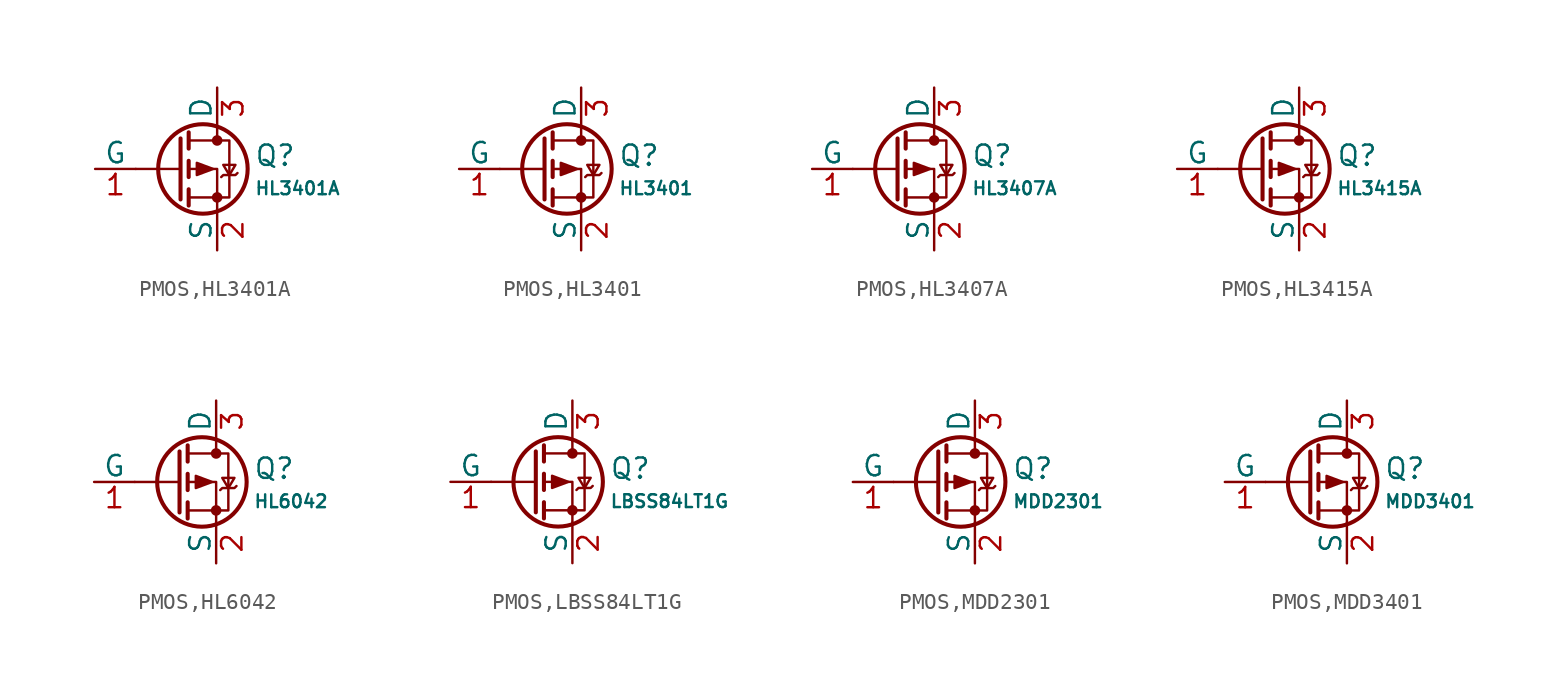
<source format=kicad_sym>
(kicad_symbol_lib
  (version 20231120)
  (generator "CDFER")
  (generator_version "8.0")
  (symbol "PMOS,HL3401A"
    (pin_names
      (offset 0))
    (property "Reference" "Q"
      (at 4.851 0.834 0)
      (effects (font (size 1.27 1.27)) (justify left)))
    (property "Value" "HL3401A"
      (at 4.851 -1.212 0)
      (effects (font (size 0.8 0.8)) (justify left)))
    (symbol "PMOS,HL3401A_0_1"
      (polyline (pts (xy 0.254 0) (xy -2.54 0)) (stroke (width 0) (type default)) (fill (type none)))
      (polyline (pts (xy 0.254 1.905) (xy 0.254 -1.905)) (stroke (width 0.254) (type default)) (fill (type none)))
      (polyline (pts (xy 0.762 -1.27) (xy 0.762 -2.286)) (stroke (width 0.254) (type default)) (fill (type none)))
      (polyline (pts (xy 0.762 0.508) (xy 0.762 -0.508)) (stroke (width 0.254) (type default)) (fill (type none)))
      (polyline (pts (xy 0.762 2.286) (xy 0.762 1.27)) (stroke (width 0.254) (type default)) (fill (type none)))
      (polyline (pts (xy 2.54 2.54) (xy 2.54 1.778)) (stroke (width 0) (type default)) (fill (type none)))
      (polyline (pts (xy 2.54 -2.54) (xy 2.54 0) (xy 0.762 0)) (stroke (width 0) (type default)) (fill (type none)))
      (polyline (pts (xy 0.762 1.778) (xy 3.302 1.778) (xy 3.302 -1.778) (xy 0.762 -1.778)) (stroke (width 0) (type default)) (fill (type none)))
      (polyline (pts (xy 2.286 0) (xy 1.27 0.381) (xy 1.27 -0.381) (xy 2.286 0)) (stroke (width 0) (type default)) (fill (type outline)))
      (polyline (pts (xy 2.794 -0.508) (xy 2.921 -0.381) (xy 3.683 -0.381) (xy 3.81 -0.254)) (stroke (width 0) (type default)) (fill (type none)))
      (polyline (pts (xy 3.302 -0.381) (xy 2.921 0.254) (xy 3.683 0.254) (xy 3.302 -0.381)) (stroke (width 0) (type default)) (fill (type none)))
      (circle (center 1.651 0) (radius 2.794) (stroke (width 0.254) (type default)) (fill (type none)))
      (circle (center 2.54 -1.778) (radius 0.254) (stroke (width 0) (type default)) (fill (type outline)))
      (circle (center 2.54 1.778) (radius 0.254) (stroke (width 0) (type default)) (fill (type outline))))
    (symbol "PMOS,HL3401A_1_1"
      (pin passive line (at 2.54 5.08 270) (length 2.54) (name "D" (effects (font (size 1.27 1.27)))) (number "3" (effects (font (size 1.27 1.27)))))
      (pin input line (at -5.08 0 0) (length 2.54) (name "G" (effects (font (size 1.27 1.27)))) (number "1" (effects (font (size 1.27 1.27)))))
      (pin passive line (at 2.54 -5.08 90) (length 2.54) (name "S" (effects (font (size 1.27 1.27)))) (number "2" (effects (font (size 1.27 1.27)))))))
  (symbol "PMOS,HL3401"
    (pin_names
      (offset 0))
    (property "Reference" "Q"
      (at 4.851 0.834 0)
      (effects (font (size 1.27 1.27)) (justify left)))
    (property "Value" "HL3401"
      (at 4.851 -1.212 0)
      (effects (font (size 0.8 0.8)) (justify left)))
    (symbol "PMOS,HL3401_0_1"
      (polyline (pts (xy 0.254 0) (xy -2.54 0)) (stroke (width 0) (type default)) (fill (type none)))
      (polyline (pts (xy 0.254 1.905) (xy 0.254 -1.905)) (stroke (width 0.254) (type default)) (fill (type none)))
      (polyline (pts (xy 0.762 -1.27) (xy 0.762 -2.286)) (stroke (width 0.254) (type default)) (fill (type none)))
      (polyline (pts (xy 0.762 0.508) (xy 0.762 -0.508)) (stroke (width 0.254) (type default)) (fill (type none)))
      (polyline (pts (xy 0.762 2.286) (xy 0.762 1.27)) (stroke (width 0.254) (type default)) (fill (type none)))
      (polyline (pts (xy 2.54 2.54) (xy 2.54 1.778)) (stroke (width 0) (type default)) (fill (type none)))
      (polyline (pts (xy 2.54 -2.54) (xy 2.54 0) (xy 0.762 0)) (stroke (width 0) (type default)) (fill (type none)))
      (polyline (pts (xy 0.762 1.778) (xy 3.302 1.778) (xy 3.302 -1.778) (xy 0.762 -1.778)) (stroke (width 0) (type default)) (fill (type none)))
      (polyline (pts (xy 2.286 0) (xy 1.27 0.381) (xy 1.27 -0.381) (xy 2.286 0)) (stroke (width 0) (type default)) (fill (type outline)))
      (polyline (pts (xy 2.794 -0.508) (xy 2.921 -0.381) (xy 3.683 -0.381) (xy 3.81 -0.254)) (stroke (width 0) (type default)) (fill (type none)))
      (polyline (pts (xy 3.302 -0.381) (xy 2.921 0.254) (xy 3.683 0.254) (xy 3.302 -0.381)) (stroke (width 0) (type default)) (fill (type none)))
      (circle (center 1.651 0) (radius 2.794) (stroke (width 0.254) (type default)) (fill (type none)))
      (circle (center 2.54 -1.778) (radius 0.254) (stroke (width 0) (type default)) (fill (type outline)))
      (circle (center 2.54 1.778) (radius 0.254) (stroke (width 0) (type default)) (fill (type outline))))
    (symbol "PMOS,HL3401_1_1"
      (pin passive line (at 2.54 5.08 270) (length 2.54) (name "D" (effects (font (size 1.27 1.27)))) (number "3" (effects (font (size 1.27 1.27)))))
      (pin input line (at -5.08 0 0) (length 2.54) (name "G" (effects (font (size 1.27 1.27)))) (number "1" (effects (font (size 1.27 1.27)))))
      (pin passive line (at 2.54 -5.08 90) (length 2.54) (name "S" (effects (font (size 1.27 1.27)))) (number "2" (effects (font (size 1.27 1.27)))))))
  (symbol "PMOS,HL3407A"
    (pin_names
      (offset 0))
    (property "Reference" "Q"
      (at 4.851 0.834 0)
      (effects (font (size 1.27 1.27)) (justify left)))
    (property "Value" "HL3407A"
      (at 4.851 -1.212 0)
      (effects (font (size 0.8 0.8)) (justify left)))
    (symbol "PMOS,HL3407A_0_1"
      (polyline (pts (xy 0.254 0) (xy -2.54 0)) (stroke (width 0) (type default)) (fill (type none)))
      (polyline (pts (xy 0.254 1.905) (xy 0.254 -1.905)) (stroke (width 0.254) (type default)) (fill (type none)))
      (polyline (pts (xy 0.762 -1.27) (xy 0.762 -2.286)) (stroke (width 0.254) (type default)) (fill (type none)))
      (polyline (pts (xy 0.762 0.508) (xy 0.762 -0.508)) (stroke (width 0.254) (type default)) (fill (type none)))
      (polyline (pts (xy 0.762 2.286) (xy 0.762 1.27)) (stroke (width 0.254) (type default)) (fill (type none)))
      (polyline (pts (xy 2.54 2.54) (xy 2.54 1.778)) (stroke (width 0) (type default)) (fill (type none)))
      (polyline (pts (xy 2.54 -2.54) (xy 2.54 0) (xy 0.762 0)) (stroke (width 0) (type default)) (fill (type none)))
      (polyline (pts (xy 0.762 1.778) (xy 3.302 1.778) (xy 3.302 -1.778) (xy 0.762 -1.778)) (stroke (width 0) (type default)) (fill (type none)))
      (polyline (pts (xy 2.286 0) (xy 1.27 0.381) (xy 1.27 -0.381) (xy 2.286 0)) (stroke (width 0) (type default)) (fill (type outline)))
      (polyline (pts (xy 2.794 -0.508) (xy 2.921 -0.381) (xy 3.683 -0.381) (xy 3.81 -0.254)) (stroke (width 0) (type default)) (fill (type none)))
      (polyline (pts (xy 3.302 -0.381) (xy 2.921 0.254) (xy 3.683 0.254) (xy 3.302 -0.381)) (stroke (width 0) (type default)) (fill (type none)))
      (circle (center 1.651 0) (radius 2.794) (stroke (width 0.254) (type default)) (fill (type none)))
      (circle (center 2.54 -1.778) (radius 0.254) (stroke (width 0) (type default)) (fill (type outline)))
      (circle (center 2.54 1.778) (radius 0.254) (stroke (width 0) (type default)) (fill (type outline))))
    (symbol "PMOS,HL3407A_1_1"
      (pin passive line (at 2.54 5.08 270) (length 2.54) (name "D" (effects (font (size 1.27 1.27)))) (number "3" (effects (font (size 1.27 1.27)))))
      (pin input line (at -5.08 0 0) (length 2.54) (name "G" (effects (font (size 1.27 1.27)))) (number "1" (effects (font (size 1.27 1.27)))))
      (pin passive line (at 2.54 -5.08 90) (length 2.54) (name "S" (effects (font (size 1.27 1.27)))) (number "2" (effects (font (size 1.27 1.27)))))))
  (symbol "PMOS,HL3415A"
    (pin_names
      (offset 0))
    (property "Reference" "Q"
      (at 4.851 0.834 0)
      (effects (font (size 1.27 1.27)) (justify left)))
    (property "Value" "HL3415A"
      (at 4.851 -1.212 0)
      (effects (font (size 0.8 0.8)) (justify left)))
    (symbol "PMOS,HL3415A_0_1"
      (polyline (pts (xy 0.254 0) (xy -2.54 0)) (stroke (width 0) (type default)) (fill (type none)))
      (polyline (pts (xy 0.254 1.905) (xy 0.254 -1.905)) (stroke (width 0.254) (type default)) (fill (type none)))
      (polyline (pts (xy 0.762 -1.27) (xy 0.762 -2.286)) (stroke (width 0.254) (type default)) (fill (type none)))
      (polyline (pts (xy 0.762 0.508) (xy 0.762 -0.508)) (stroke (width 0.254) (type default)) (fill (type none)))
      (polyline (pts (xy 0.762 2.286) (xy 0.762 1.27)) (stroke (width 0.254) (type default)) (fill (type none)))
      (polyline (pts (xy 2.54 2.54) (xy 2.54 1.778)) (stroke (width 0) (type default)) (fill (type none)))
      (polyline (pts (xy 2.54 -2.54) (xy 2.54 0) (xy 0.762 0)) (stroke (width 0) (type default)) (fill (type none)))
      (polyline (pts (xy 0.762 1.778) (xy 3.302 1.778) (xy 3.302 -1.778) (xy 0.762 -1.778)) (stroke (width 0) (type default)) (fill (type none)))
      (polyline (pts (xy 2.286 0) (xy 1.27 0.381) (xy 1.27 -0.381) (xy 2.286 0)) (stroke (width 0) (type default)) (fill (type outline)))
      (polyline (pts (xy 2.794 -0.508) (xy 2.921 -0.381) (xy 3.683 -0.381) (xy 3.81 -0.254)) (stroke (width 0) (type default)) (fill (type none)))
      (polyline (pts (xy 3.302 -0.381) (xy 2.921 0.254) (xy 3.683 0.254) (xy 3.302 -0.381)) (stroke (width 0) (type default)) (fill (type none)))
      (circle (center 1.651 0) (radius 2.794) (stroke (width 0.254) (type default)) (fill (type none)))
      (circle (center 2.54 -1.778) (radius 0.254) (stroke (width 0) (type default)) (fill (type outline)))
      (circle (center 2.54 1.778) (radius 0.254) (stroke (width 0) (type default)) (fill (type outline))))
    (symbol "PMOS,HL3415A_1_1"
      (pin passive line (at 2.54 5.08 270) (length 2.54) (name "D" (effects (font (size 1.27 1.27)))) (number "3" (effects (font (size 1.27 1.27)))))
      (pin input line (at -5.08 0 0) (length 2.54) (name "G" (effects (font (size 1.27 1.27)))) (number "1" (effects (font (size 1.27 1.27)))))
      (pin passive line (at 2.54 -5.08 90) (length 2.54) (name "S" (effects (font (size 1.27 1.27)))) (number "2" (effects (font (size 1.27 1.27)))))))
  (symbol "PMOS,HL6042"
    (pin_names
      (offset 0))
    (property "Reference" "Q"
      (at 4.851 0.834 0)
      (effects (font (size 1.27 1.27)) (justify left)))
    (property "Value" "HL6042"
      (at 4.851 -1.212 0)
      (effects (font (size 0.8 0.8)) (justify left)))
    (symbol "PMOS,HL6042_0_1"
      (polyline (pts (xy 0.254 0) (xy -2.54 0)) (stroke (width 0) (type default)) (fill (type none)))
      (polyline (pts (xy 0.254 1.905) (xy 0.254 -1.905)) (stroke (width 0.254) (type default)) (fill (type none)))
      (polyline (pts (xy 0.762 -1.27) (xy 0.762 -2.286)) (stroke (width 0.254) (type default)) (fill (type none)))
      (polyline (pts (xy 0.762 0.508) (xy 0.762 -0.508)) (stroke (width 0.254) (type default)) (fill (type none)))
      (polyline (pts (xy 0.762 2.286) (xy 0.762 1.27)) (stroke (width 0.254) (type default)) (fill (type none)))
      (polyline (pts (xy 2.54 2.54) (xy 2.54 1.778)) (stroke (width 0) (type default)) (fill (type none)))
      (polyline (pts (xy 2.54 -2.54) (xy 2.54 0) (xy 0.762 0)) (stroke (width 0) (type default)) (fill (type none)))
      (polyline (pts (xy 0.762 1.778) (xy 3.302 1.778) (xy 3.302 -1.778) (xy 0.762 -1.778)) (stroke (width 0) (type default)) (fill (type none)))
      (polyline (pts (xy 2.286 0) (xy 1.27 0.381) (xy 1.27 -0.381) (xy 2.286 0)) (stroke (width 0) (type default)) (fill (type outline)))
      (polyline (pts (xy 2.794 -0.508) (xy 2.921 -0.381) (xy 3.683 -0.381) (xy 3.81 -0.254)) (stroke (width 0) (type default)) (fill (type none)))
      (polyline (pts (xy 3.302 -0.381) (xy 2.921 0.254) (xy 3.683 0.254) (xy 3.302 -0.381)) (stroke (width 0) (type default)) (fill (type none)))
      (circle (center 1.651 0) (radius 2.794) (stroke (width 0.254) (type default)) (fill (type none)))
      (circle (center 2.54 -1.778) (radius 0.254) (stroke (width 0) (type default)) (fill (type outline)))
      (circle (center 2.54 1.778) (radius 0.254) (stroke (width 0) (type default)) (fill (type outline))))
    (symbol "PMOS,HL6042_1_1"
      (pin passive line (at 2.54 5.08 270) (length 2.54) (name "D" (effects (font (size 1.27 1.27)))) (number "3" (effects (font (size 1.27 1.27)))))
      (pin input line (at -5.08 0 0) (length 2.54) (name "G" (effects (font (size 1.27 1.27)))) (number "1" (effects (font (size 1.27 1.27)))))
      (pin passive line (at 2.54 -5.08 90) (length 2.54) (name "S" (effects (font (size 1.27 1.27)))) (number "2" (effects (font (size 1.27 1.27)))))))
  (symbol "PMOS,LBSS84LT1G"
    (pin_names
      (offset 0))
    (property "Reference" "Q"
      (at 4.851 0.834 0)
      (effects (font (size 1.27 1.27)) (justify left)))
    (property "Value" "LBSS84LT1G"
      (at 4.851 -1.212 0)
      (effects (font (size 0.8 0.8)) (justify left)))
    (symbol "PMOS,LBSS84LT1G_0_1"
      (polyline (pts (xy 0.254 0) (xy -2.54 0)) (stroke (width 0) (type default)) (fill (type none)))
      (polyline (pts (xy 0.254 1.905) (xy 0.254 -1.905)) (stroke (width 0.254) (type default)) (fill (type none)))
      (polyline (pts (xy 0.762 -1.27) (xy 0.762 -2.286)) (stroke (width 0.254) (type default)) (fill (type none)))
      (polyline (pts (xy 0.762 0.508) (xy 0.762 -0.508)) (stroke (width 0.254) (type default)) (fill (type none)))
      (polyline (pts (xy 0.762 2.286) (xy 0.762 1.27)) (stroke (width 0.254) (type default)) (fill (type none)))
      (polyline (pts (xy 2.54 2.54) (xy 2.54 1.778)) (stroke (width 0) (type default)) (fill (type none)))
      (polyline (pts (xy 2.54 -2.54) (xy 2.54 0) (xy 0.762 0)) (stroke (width 0) (type default)) (fill (type none)))
      (polyline (pts (xy 0.762 1.778) (xy 3.302 1.778) (xy 3.302 -1.778) (xy 0.762 -1.778)) (stroke (width 0) (type default)) (fill (type none)))
      (polyline (pts (xy 2.286 0) (xy 1.27 0.381) (xy 1.27 -0.381) (xy 2.286 0)) (stroke (width 0) (type default)) (fill (type outline)))
      (polyline (pts (xy 2.794 -0.508) (xy 2.921 -0.381) (xy 3.683 -0.381) (xy 3.81 -0.254)) (stroke (width 0) (type default)) (fill (type none)))
      (polyline (pts (xy 3.302 -0.381) (xy 2.921 0.254) (xy 3.683 0.254) (xy 3.302 -0.381)) (stroke (width 0) (type default)) (fill (type none)))
      (circle (center 1.651 0) (radius 2.794) (stroke (width 0.254) (type default)) (fill (type none)))
      (circle (center 2.54 -1.778) (radius 0.254) (stroke (width 0) (type default)) (fill (type outline)))
      (circle (center 2.54 1.778) (radius 0.254) (stroke (width 0) (type default)) (fill (type outline))))
    (symbol "PMOS,LBSS84LT1G_1_1"
      (pin passive line (at 2.54 5.08 270) (length 2.54) (name "D" (effects (font (size 1.27 1.27)))) (number "3" (effects (font (size 1.27 1.27)))))
      (pin input line (at -5.08 0 0) (length 2.54) (name "G" (effects (font (size 1.27 1.27)))) (number "1" (effects (font (size 1.27 1.27)))))
      (pin passive line (at 2.54 -5.08 90) (length 2.54) (name "S" (effects (font (size 1.27 1.27)))) (number "2" (effects (font (size 1.27 1.27)))))))
  (symbol "PMOS,MDD2301"
    (pin_names
      (offset 0))
    (property "Reference" "Q"
      (at 4.851 0.834 0)
      (effects (font (size 1.27 1.27)) (justify left)))
    (property "Value" "MDD2301"
      (at 4.851 -1.212 0)
      (effects (font (size 0.8 0.8)) (justify left)))
    (symbol "PMOS,MDD2301_0_1"
      (polyline (pts (xy 0.254 0) (xy -2.54 0)) (stroke (width 0) (type default)) (fill (type none)))
      (polyline (pts (xy 0.254 1.905) (xy 0.254 -1.905)) (stroke (width 0.254) (type default)) (fill (type none)))
      (polyline (pts (xy 0.762 -1.27) (xy 0.762 -2.286)) (stroke (width 0.254) (type default)) (fill (type none)))
      (polyline (pts (xy 0.762 0.508) (xy 0.762 -0.508)) (stroke (width 0.254) (type default)) (fill (type none)))
      (polyline (pts (xy 0.762 2.286) (xy 0.762 1.27)) (stroke (width 0.254) (type default)) (fill (type none)))
      (polyline (pts (xy 2.54 2.54) (xy 2.54 1.778)) (stroke (width 0) (type default)) (fill (type none)))
      (polyline (pts (xy 2.54 -2.54) (xy 2.54 0) (xy 0.762 0)) (stroke (width 0) (type default)) (fill (type none)))
      (polyline (pts (xy 0.762 1.778) (xy 3.302 1.778) (xy 3.302 -1.778) (xy 0.762 -1.778)) (stroke (width 0) (type default)) (fill (type none)))
      (polyline (pts (xy 2.286 0) (xy 1.27 0.381) (xy 1.27 -0.381) (xy 2.286 0)) (stroke (width 0) (type default)) (fill (type outline)))
      (polyline (pts (xy 2.794 -0.508) (xy 2.921 -0.381) (xy 3.683 -0.381) (xy 3.81 -0.254)) (stroke (width 0) (type default)) (fill (type none)))
      (polyline (pts (xy 3.302 -0.381) (xy 2.921 0.254) (xy 3.683 0.254) (xy 3.302 -0.381)) (stroke (width 0) (type default)) (fill (type none)))
      (circle (center 1.651 0) (radius 2.794) (stroke (width 0.254) (type default)) (fill (type none)))
      (circle (center 2.54 -1.778) (radius 0.254) (stroke (width 0) (type default)) (fill (type outline)))
      (circle (center 2.54 1.778) (radius 0.254) (stroke (width 0) (type default)) (fill (type outline))))
    (symbol "PMOS,MDD2301_1_1"
      (pin passive line (at 2.54 5.08 270) (length 2.54) (name "D" (effects (font (size 1.27 1.27)))) (number "3" (effects (font (size 1.27 1.27)))))
      (pin input line (at -5.08 0 0) (length 2.54) (name "G" (effects (font (size 1.27 1.27)))) (number "1" (effects (font (size 1.27 1.27)))))
      (pin passive line (at 2.54 -5.08 90) (length 2.54) (name "S" (effects (font (size 1.27 1.27)))) (number "2" (effects (font (size 1.27 1.27)))))))
  (symbol "PMOS,MDD3401"
    (pin_names
      (offset 0))
    (property "Reference" "Q"
      (at 4.851 0.834 0)
      (effects (font (size 1.27 1.27)) (justify left)))
    (property "Value" "MDD3401"
      (at 4.851 -1.212 0)
      (effects (font (size 0.8 0.8)) (justify left)))
    (symbol "PMOS,MDD3401_0_1"
      (polyline (pts (xy 0.254 0) (xy -2.54 0)) (stroke (width 0) (type default)) (fill (type none)))
      (polyline (pts (xy 0.254 1.905) (xy 0.254 -1.905)) (stroke (width 0.254) (type default)) (fill (type none)))
      (polyline (pts (xy 0.762 -1.27) (xy 0.762 -2.286)) (stroke (width 0.254) (type default)) (fill (type none)))
      (polyline (pts (xy 0.762 0.508) (xy 0.762 -0.508)) (stroke (width 0.254) (type default)) (fill (type none)))
      (polyline (pts (xy 0.762 2.286) (xy 0.762 1.27)) (stroke (width 0.254) (type default)) (fill (type none)))
      (polyline (pts (xy 2.54 2.54) (xy 2.54 1.778)) (stroke (width 0) (type default)) (fill (type none)))
      (polyline (pts (xy 2.54 -2.54) (xy 2.54 0) (xy 0.762 0)) (stroke (width 0) (type default)) (fill (type none)))
      (polyline (pts (xy 0.762 1.778) (xy 3.302 1.778) (xy 3.302 -1.778) (xy 0.762 -1.778)) (stroke (width 0) (type default)) (fill (type none)))
      (polyline (pts (xy 2.286 0) (xy 1.27 0.381) (xy 1.27 -0.381) (xy 2.286 0)) (stroke (width 0) (type default)) (fill (type outline)))
      (polyline (pts (xy 2.794 -0.508) (xy 2.921 -0.381) (xy 3.683 -0.381) (xy 3.81 -0.254)) (stroke (width 0) (type default)) (fill (type none)))
      (polyline (pts (xy 3.302 -0.381) (xy 2.921 0.254) (xy 3.683 0.254) (xy 3.302 -0.381)) (stroke (width 0) (type default)) (fill (type none)))
      (circle (center 1.651 0) (radius 2.794) (stroke (width 0.254) (type default)) (fill (type none)))
      (circle (center 2.54 -1.778) (radius 0.254) (stroke (width 0) (type default)) (fill (type outline)))
      (circle (center 2.54 1.778) (radius 0.254) (stroke (width 0) (type default)) (fill (type outline))))
    (symbol "PMOS,MDD3401_1_1"
      (pin passive line (at 2.54 5.08 270) (length 2.54) (name "D" (effects (font (size 1.27 1.27)))) (number "3" (effects (font (size 1.27 1.27)))))
      (pin input line (at -5.08 0 0) (length 2.54) (name "G" (effects (font (size 1.27 1.27)))) (number "1" (effects (font (size 1.27 1.27)))))
      (pin passive line (at 2.54 -5.08 90) (length 2.54) (name "S" (effects (font (size 1.27 1.27)))) (number "2" (effects (font (size 1.27 1.27))))))))
</source>
